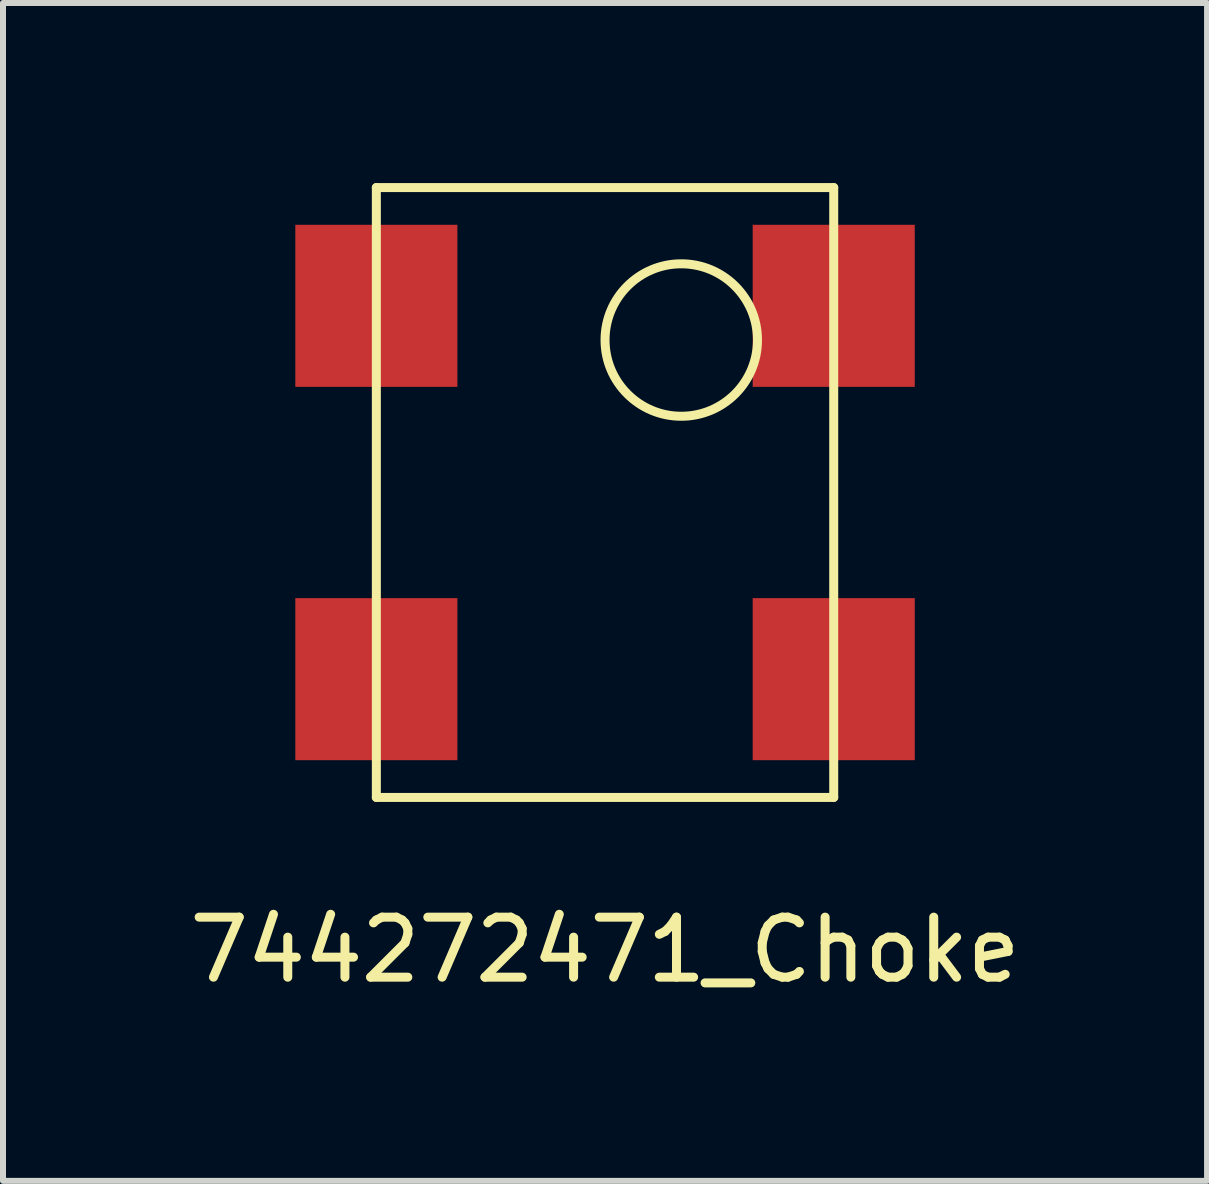
<source format=kicad_pcb>
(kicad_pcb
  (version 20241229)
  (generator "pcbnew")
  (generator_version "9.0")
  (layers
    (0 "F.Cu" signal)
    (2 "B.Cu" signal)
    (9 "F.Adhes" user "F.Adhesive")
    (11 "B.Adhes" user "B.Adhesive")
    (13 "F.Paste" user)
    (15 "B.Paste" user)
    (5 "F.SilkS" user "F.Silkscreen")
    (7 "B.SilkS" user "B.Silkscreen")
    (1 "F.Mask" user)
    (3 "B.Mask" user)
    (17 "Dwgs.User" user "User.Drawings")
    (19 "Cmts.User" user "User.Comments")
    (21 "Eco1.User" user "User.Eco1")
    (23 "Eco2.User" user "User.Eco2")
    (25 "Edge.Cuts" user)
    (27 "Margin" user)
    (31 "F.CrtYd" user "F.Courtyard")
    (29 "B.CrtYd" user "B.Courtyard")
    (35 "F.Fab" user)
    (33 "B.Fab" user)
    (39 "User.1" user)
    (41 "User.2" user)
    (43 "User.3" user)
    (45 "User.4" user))
  (footprint "744272471_Choke"
    (layer "F.Cu")
    (at 7.03 5.155)
    (property "Reference" "744272471_Choke" (at 0 7.62 0) (layer "F.SilkS") (effects (font (size 1 1) (thickness 0.15))))
    (attr through_hole)
    (fp_line (start -3.81 -5.08) (end -3.81 5.08) (stroke (width 0.15) (type solid)) (layer "F.SilkS"))
    (fp_line (start -3.81 5.08) (end 3.81 5.08) (stroke (width 0.15) (type solid)) (layer "F.SilkS"))
    (fp_line (start 3.81 -5.08) (end -3.81 -5.08) (stroke (width 0.15) (type solid)) (layer "F.SilkS"))
    (fp_line (start 3.81 5.08) (end 3.81 -5.08) (stroke (width 0.15) (type solid)) (layer "F.SilkS"))
    (fp_circle (center 1.27 -2.54) (end 1.27 -1.27) (stroke (width 0.15) (type solid)) (fill no) (layer "F.SilkS"))
    (pad "1" smd rect (at 3.81 -3.11) (size 2.7 2.7) (layers "F.Cu" "F.Mask" "F.Paste"))
    (pad "2" smd rect (at -3.81 -3.11) (size 2.7 2.7) (layers "F.Cu" "F.Mask" "F.Paste"))
    (pad "3" smd rect (at -3.81 3.11) (size 2.7 2.7) (layers "F.Cu" "F.Mask" "F.Paste"))
    (pad "4" smd rect (at 3.81 3.11) (size 2.7 2.7) (layers "F.Cu" "F.Mask" "F.Paste")))
  (gr_rect
    (start -3 -3)
    (end 17.06 16.623)
    (stroke (width 0.1) (type default))
    (fill no)
    (layer "Edge.Cuts")))
</source>
